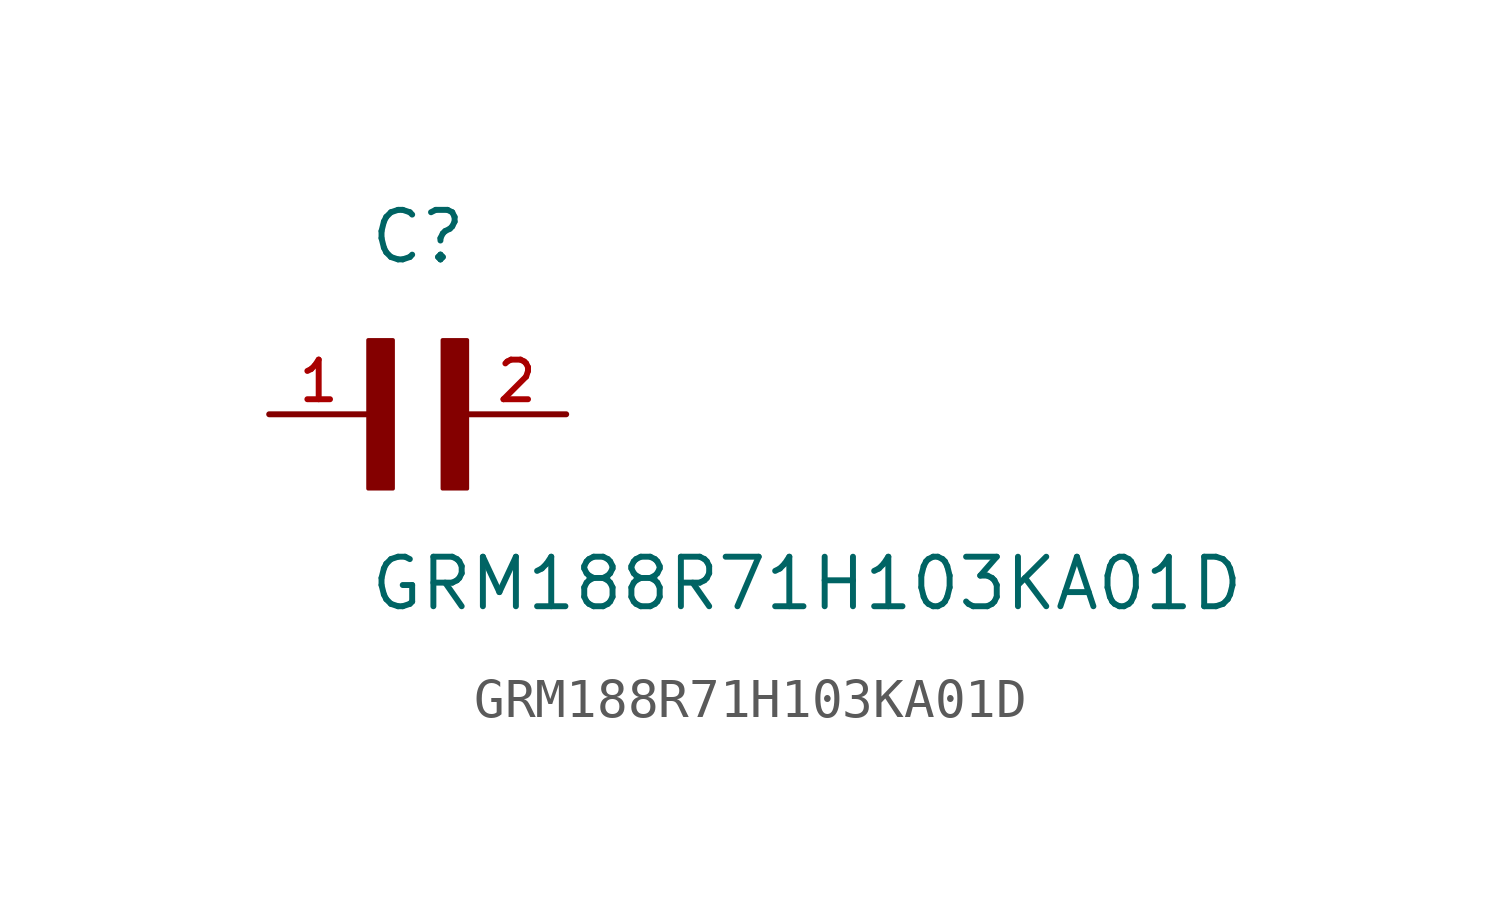
<source format=kicad_sym>
(kicad_symbol_lib
  (version 20211014)
  (generator kicad_symbol_editor)
  (symbol "GRM188R71H103KA01D"
    (pin_names
      (offset 1.016))
    (property "Reference" "C"
      (at 0.0 3.811 0)
      (effects (font (size 1.27 1.27)) (justify bottom left)))
    (property "Value" "GRM188R71H103KA01D"
      (at 0.0 -5.088 0)
      (effects (font (size 1.27 1.27)) (justify bottom left)))
    (symbol "GRM188R71H103KA01D_0_0"
      (rectangle (start 0.0 -1.907) (end 0.635 1.905) (stroke (width 0.1)) (fill (type outline)))
      (rectangle (start 1.907 -1.907) (end 2.54 1.905) (stroke (width 0.1)) (fill (type outline)))
      (pin passive line (at 5.08 0.0 180.0) (length 2.54) (name "~" (effects (font (size 1.016 1.016)))) (number "2" (effects (font (size 1.016 1.016)))))
      (pin passive line (at -2.54 0.0 0) (length 2.54) (name "~" (effects (font (size 1.016 1.016)))) (number "1" (effects (font (size 1.016 1.016))))))))
</source>
